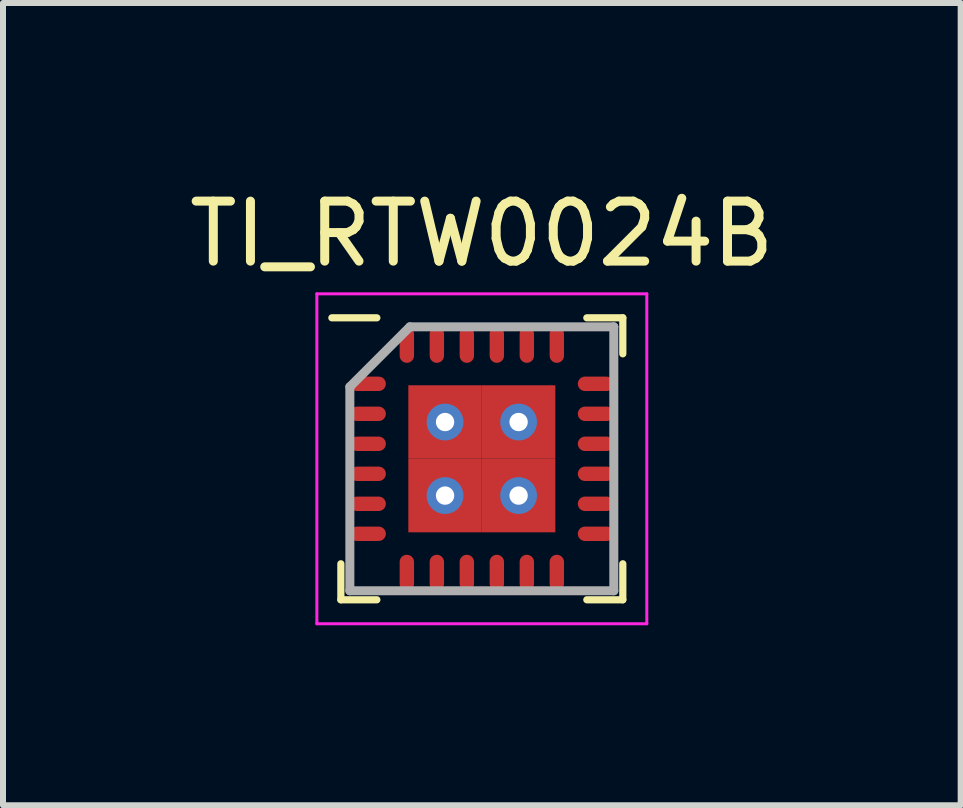
<source format=kicad_pcb>
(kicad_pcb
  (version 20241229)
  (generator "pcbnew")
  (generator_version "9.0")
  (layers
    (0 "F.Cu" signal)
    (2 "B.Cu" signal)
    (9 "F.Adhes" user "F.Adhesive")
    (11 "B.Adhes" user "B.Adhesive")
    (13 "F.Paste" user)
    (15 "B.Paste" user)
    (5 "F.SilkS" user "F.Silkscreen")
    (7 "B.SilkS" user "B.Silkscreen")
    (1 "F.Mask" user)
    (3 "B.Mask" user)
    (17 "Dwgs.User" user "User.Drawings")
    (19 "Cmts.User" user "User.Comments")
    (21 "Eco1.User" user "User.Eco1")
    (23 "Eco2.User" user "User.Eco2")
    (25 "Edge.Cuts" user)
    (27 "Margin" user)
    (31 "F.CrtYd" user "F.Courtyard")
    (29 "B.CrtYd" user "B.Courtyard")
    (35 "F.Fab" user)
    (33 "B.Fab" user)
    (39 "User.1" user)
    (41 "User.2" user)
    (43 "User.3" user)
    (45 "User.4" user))
  (footprint "TI_RTW0024B"
    (layer "F.Cu")
    (at 4.982 4.598)
    (property "Reference" "TI_RTW0024B" (at 0 -3.75 0) (layer "F.SilkS") (effects (font (size 1 1) (thickness 0.15))))
    (attr smd)
    (fp_line (start -2.35 2.35) (end -2.35 1.75) (stroke (width 0.12) (type solid)) (layer "F.SilkS"))
    (fp_line (start -1.75 -2.35) (end -2.5 -2.35) (stroke (width 0.12) (type solid)) (layer "F.SilkS"))
    (fp_line (start -1.75 2.35) (end -2.35 2.35) (stroke (width 0.12) (type solid)) (layer "F.SilkS"))
    (fp_line (start 1.75 -2.35) (end 2.35 -2.35) (stroke (width 0.12) (type solid)) (layer "F.SilkS"))
    (fp_line (start 1.75 2.35) (end 2.35 2.35) (stroke (width 0.12) (type solid)) (layer "F.SilkS"))
    (fp_line (start 2.35 -2.35) (end 2.35 -1.75) (stroke (width 0.12) (type solid)) (layer "F.SilkS"))
    (fp_line (start 2.35 2.35) (end 2.35 1.75) (stroke (width 0.12) (type solid)) (layer "F.SilkS"))
    (fp_line (start -2.75 -2.75) (end 2.75 -2.75) (stroke (width 0.05) (type solid)) (layer "F.CrtYd"))
    (fp_line (start -2.75 2.75) (end -2.75 -2.75) (stroke (width 0.05) (type solid)) (layer "F.CrtYd"))
    (fp_line (start 2.75 -2.75) (end 2.75 2.75) (stroke (width 0.05) (type solid)) (layer "F.CrtYd"))
    (fp_line (start 2.75 2.75) (end -2.75 2.75) (stroke (width 0.05) (type solid)) (layer "F.CrtYd"))
    (fp_line (start -2.2 -1.2) (end -2.2 2.2) (stroke (width 0.15) (type solid)) (layer "F.Fab"))
    (fp_line (start -2.2 2.2) (end 2.2 2.2) (stroke (width 0.15) (type solid)) (layer "F.Fab"))
    (fp_line (start -1.2 -2.2) (end -2.2 -1.2) (stroke (width 0.15) (type solid)) (layer "F.Fab"))
    (fp_line (start 2.2 -2.2) (end -1.2 -2.2) (stroke (width 0.15) (type solid)) (layer "F.Fab"))
    (fp_line (start 2.2 2.2) (end 2.2 -2.2) (stroke (width 0.15) (type solid)) (layer "F.Fab"))
    (pad "1" smd oval (at -1.9 -1.25 90) (size 0.24 0.6) (layers "F.Cu" "F.Mask" "F.Paste"))
    (pad "2" smd oval (at -1.9 -0.75 90) (size 0.24 0.6) (layers "F.Cu" "F.Mask" "F.Paste"))
    (pad "3" smd oval (at -1.9 -0.25 90) (size 0.24 0.6) (layers "F.Cu" "F.Mask" "F.Paste"))
    (pad "4" smd oval (at -1.9 0.25 90) (size 0.24 0.6) (layers "F.Cu" "F.Mask" "F.Paste"))
    (pad "5" smd oval (at -1.9 0.75 90) (size 0.24 0.6) (layers "F.Cu" "F.Mask" "F.Paste"))
    (pad "6" smd oval (at -1.9 1.25 90) (size 0.24 0.6) (layers "F.Cu" "F.Mask" "F.Paste"))
    (pad "7" smd oval (at -1.25 1.9) (size 0.24 0.6) (layers "F.Cu" "F.Mask" "F.Paste"))
    (pad "8" smd oval (at -0.75 1.9) (size 0.24 0.6) (layers "F.Cu" "F.Mask" "F.Paste"))
    (pad "9" smd oval (at -0.25 1.9) (size 0.24 0.6) (layers "F.Cu" "F.Mask" "F.Paste"))
    (pad "10" smd oval (at 0.25 1.9) (size 0.24 0.6) (layers "F.Cu" "F.Mask" "F.Paste"))
    (pad "11" smd oval (at 0.75 1.9) (size 0.24 0.6) (layers "F.Cu" "F.Mask" "F.Paste"))
    (pad "12" smd oval (at 1.25 1.9) (size 0.24 0.6) (layers "F.Cu" "F.Mask" "F.Paste"))
    (pad "13" smd oval (at 1.9 1.25 90) (size 0.24 0.6) (layers "F.Cu" "F.Mask" "F.Paste"))
    (pad "14" smd oval (at 1.9 0.75 90) (size 0.24 0.6) (layers "F.Cu" "F.Mask" "F.Paste"))
    (pad "15" smd oval (at 1.9 0.25 90) (size 0.24 0.6) (layers "F.Cu" "F.Mask" "F.Paste"))
    (pad "16" smd oval (at 1.9 -0.25 90) (size 0.24 0.6) (layers "F.Cu" "F.Mask" "F.Paste"))
    (pad "17" smd oval (at 1.9 -0.75 90) (size 0.24 0.6) (layers "F.Cu" "F.Mask" "F.Paste"))
    (pad "18" smd oval (at 1.9 -1.25 90) (size 0.24 0.6) (layers "F.Cu" "F.Mask" "F.Paste"))
    (pad "19" smd oval (at 1.25 -1.9) (size 0.24 0.6) (layers "F.Cu" "F.Mask" "F.Paste"))
    (pad "20" smd oval (at 0.75 -1.9) (size 0.24 0.6) (layers "F.Cu" "F.Mask" "F.Paste"))
    (pad "21" smd oval (at 0.25 -1.9) (size 0.24 0.6) (layers "F.Cu" "F.Mask" "F.Paste"))
    (pad "22" smd oval (at -0.25 -1.9) (size 0.24 0.6) (layers "F.Cu" "F.Mask" "F.Paste"))
    (pad "23" smd oval (at -0.75 -1.9) (size 0.24 0.6) (layers "F.Cu" "F.Mask" "F.Paste"))
    (pad "24" smd oval (at -1.25 -1.9) (size 0.24 0.6) (layers "F.Cu" "F.Mask" "F.Paste"))
    (pad "25" thru_hole circle (at -0.613 -0.613) (size 0.613 0.613) (drill 0.306) (layers "*.Cu" "*.Mask"))
    (pad "25" smd rect (at -0.613 -0.613) (size 1.225 1.225) (layers "F.Cu" "F.Mask" "F.Paste"))
    (pad "25" thru_hole circle (at -0.613 0.613) (size 0.613 0.613) (drill 0.306) (layers "*.Cu" "*.Mask"))
    (pad "25" smd rect (at -0.613 0.613) (size 1.225 1.225) (layers "F.Cu" "F.Mask" "F.Paste"))
    (pad "25" thru_hole circle (at 0.613 -0.613) (size 0.613 0.613) (drill 0.306) (layers "*.Cu" "*.Mask"))
    (pad "25" smd rect (at 0.613 -0.613) (size 1.225 1.225) (layers "F.Cu" "F.Mask" "F.Paste"))
    (pad "25" thru_hole circle (at 0.613 0.613) (size 0.613 0.613) (drill 0.306) (layers "*.Cu" "*.Mask"))
    (pad "25" smd rect (at 0.613 0.613) (size 1.225 1.225) (layers "F.Cu" "F.Mask" "F.Paste")))
  (gr_rect
    (start -3 -3)
    (end 12.964 10.373)
    (stroke (width 0.1) (type default))
    (fill no)
    (layer "Edge.Cuts")))
</source>
